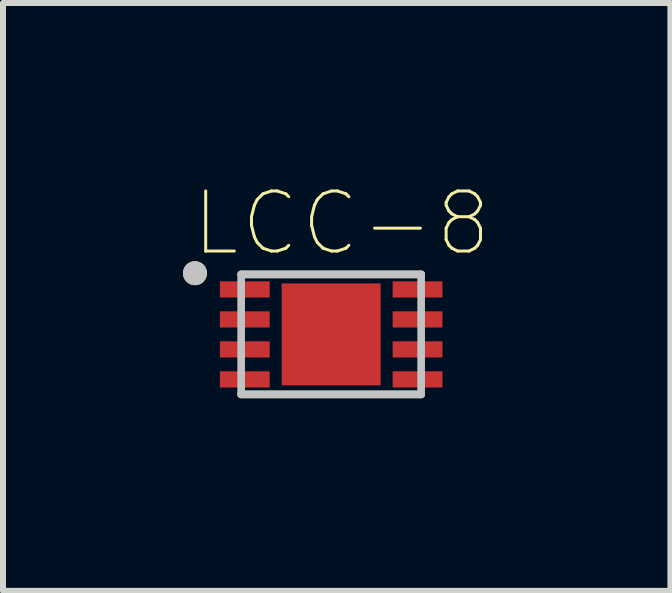
<source format=kicad_pcb>
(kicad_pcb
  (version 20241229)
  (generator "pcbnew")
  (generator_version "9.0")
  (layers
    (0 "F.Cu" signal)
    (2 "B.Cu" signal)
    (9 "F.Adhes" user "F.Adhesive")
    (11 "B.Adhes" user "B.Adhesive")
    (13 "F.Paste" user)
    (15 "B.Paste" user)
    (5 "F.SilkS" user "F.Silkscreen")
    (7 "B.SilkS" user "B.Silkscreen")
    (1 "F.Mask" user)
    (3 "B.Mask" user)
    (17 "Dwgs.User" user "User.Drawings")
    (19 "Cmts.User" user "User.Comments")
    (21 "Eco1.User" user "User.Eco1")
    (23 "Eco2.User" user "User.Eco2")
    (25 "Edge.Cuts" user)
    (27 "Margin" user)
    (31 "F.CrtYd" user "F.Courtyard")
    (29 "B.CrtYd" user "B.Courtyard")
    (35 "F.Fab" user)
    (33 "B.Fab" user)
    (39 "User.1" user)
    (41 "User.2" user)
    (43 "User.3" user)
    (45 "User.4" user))
  (footprint "LCC-8"
    (layer "F.Cu")
    (at 2.47 2.524)
    (property "Reference" "LCC-8" (at 0.175 -1.85 0) (layer "F.SilkS") (effects (font (size 1.002 1.002) (thickness 0.05))))
    (attr smd)
    (fp_line (start -1.5 -1) (end 1.5 -1) (stroke (width 0.127) (type solid)) (layer "F.SilkS"))
    (fp_line (start -1.5 1) (end 1.5 1) (stroke (width 0.127) (type solid)) (layer "F.SilkS"))
    (fp_circle (center -2.27 -1.02) (end -2.07 -1.02) (stroke (width 0) (type solid)) (fill yes) (layer "F.SilkS"))
    (fp_poly (pts (xy -0.413 -0.425) (xy 0.412 -0.425) (xy 0.412 0.426) (xy -0.413 0.426)) (stroke (width 0) (type solid)) (fill yes) (layer "F.Paste"))
    (fp_line (start -1.5 -1) (end -1.5 1) (stroke (width 0.127) (type solid)) (layer "Dwgs.User"))
    (fp_line (start -1.5 -1) (end 1.5 -1) (stroke (width 0.127) (type solid)) (layer "Dwgs.User"))
    (fp_line (start -1.5 1) (end 1.5 1) (stroke (width 0.127) (type solid)) (layer "Dwgs.User"))
    (fp_line (start 1.5 -1) (end 1.5 1) (stroke (width 0.127) (type solid)) (layer "Dwgs.User"))
    (fp_circle (center -2.27 -1.02) (end -2.07 -1.02) (stroke (width 0) (type solid)) (fill yes) (layer "Dwgs.User"))
    (fp_line (start -2.105 -1.25) (end -2.105 1.25) (stroke (width 0.05) (type solid)) (layer "Eco1.User"))
    (fp_line (start -2.105 -1.25) (end 2.105 -1.25) (stroke (width 0.05) (type solid)) (layer "Eco1.User"))
    (fp_line (start -2.105 1.25) (end 2.105 1.25) (stroke (width 0.05) (type solid)) (layer "Eco1.User"))
    (fp_line (start 2.105 -1.25) (end 2.105 1.25) (stroke (width 0.05) (type solid)) (layer "Eco1.User"))
    (pad "1" smd rect (at -1.44 -0.75) (size 0.83 0.27) (layers "F.Cu" "F.Mask" "F.Paste"))
    (pad "2" smd rect (at -1.44 -0.25) (size 0.83 0.27) (layers "F.Cu" "F.Mask" "F.Paste"))
    (pad "3" smd rect (at -1.44 0.25) (size 0.83 0.27) (layers "F.Cu" "F.Mask" "F.Paste"))
    (pad "4" smd rect (at -1.44 0.75) (size 0.83 0.27) (layers "F.Cu" "F.Mask" "F.Paste"))
    (pad "5" smd rect (at 1.44 0.75) (size 0.83 0.27) (layers "F.Cu" "F.Mask" "F.Paste"))
    (pad "6" smd rect (at 1.44 0.25) (size 0.83 0.27) (layers "F.Cu" "F.Mask" "F.Paste"))
    (pad "7" smd rect (at 1.44 -0.25) (size 0.83 0.27) (layers "F.Cu" "F.Mask" "F.Paste"))
    (pad "8" smd rect (at 1.44 -0.75) (size 0.83 0.27) (layers "F.Cu" "F.Mask" "F.Paste"))
    (pad "9" smd rect (at 0 0) (size 1.65 1.7) (layers "F.Cu" "F.Mask" "F.Paste")))
  (gr_rect
    (start -3 -3)
    (end 8.125 6.799)
    (stroke (width 0.1) (type default))
    (fill no)
    (layer "Edge.Cuts")))
</source>
